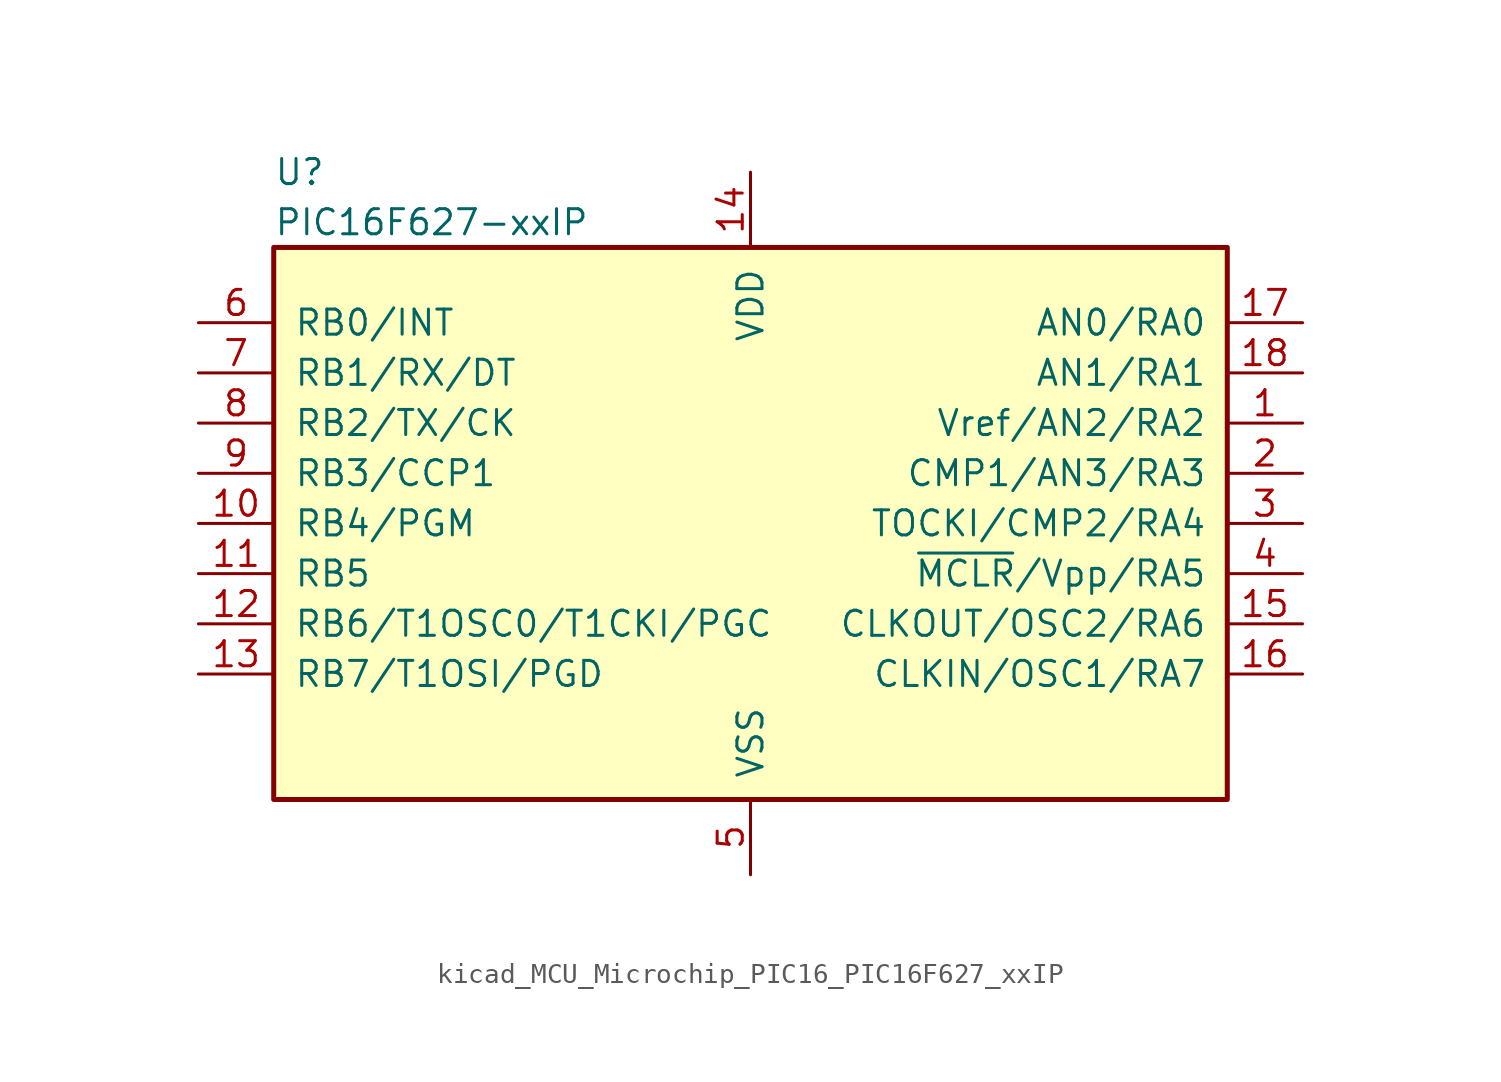
<source format=kicad_sym>
(kicad_symbol_lib
  (version 20220914)
  (generator kicad_symbol_editor)
  (symbol "kicad_MCU_Microchip_PIC16_PIC16F627_xxIP"
    (pin_names
      (offset 1.016))
    (property "Reference" "U"
      (at -24.13 17.78 0)
      (effects (font (size 1.27 1.27)) (justify left)))
    (property "Value" "PIC16F627-xxIP"
      (at -24.13 15.24 0)
      (effects (font (size 1.27 1.27)) (justify left)))
    (symbol "kicad_MCU_Microchip_PIC16_PIC16F627_xxIP_0_1"
      (rectangle (start 24.13 13.97) (end -24.13 -13.97) (stroke (width 0.254) (type default)) (fill (type background))))
    (symbol "kicad_MCU_Microchip_PIC16_PIC16F627_xxIP_1_1"
      (pin bidirectional line (at 27.94 5.08 180) (length 3.81) (name "Vref/AN2/RA2" (effects (font (size 1.27 1.27)))) (number "1" (effects (font (size 1.27 1.27)))))
      (pin bidirectional line (at -27.94 0 0) (length 3.81) (name "RB4/PGM" (effects (font (size 1.27 1.27)))) (number "10" (effects (font (size 1.27 1.27)))))
      (pin bidirectional line (at -27.94 -2.54 0) (length 3.81) (name "RB5" (effects (font (size 1.27 1.27)))) (number "11" (effects (font (size 1.27 1.27)))))
      (pin bidirectional line (at -27.94 -5.08 0) (length 3.81) (name "RB6/T1OSC0/T1CKI/PGC" (effects (font (size 1.27 1.27)))) (number "12" (effects (font (size 1.27 1.27)))))
      (pin bidirectional line (at -27.94 -7.62 0) (length 3.81) (name "RB7/T1OSI/PGD" (effects (font (size 1.27 1.27)))) (number "13" (effects (font (size 1.27 1.27)))))
      (pin power_in line (at 0 17.78 270) (length 3.81) (name "VDD" (effects (font (size 1.27 1.27)))) (number "14" (effects (font (size 1.27 1.27)))))
      (pin bidirectional line (at 27.94 -5.08 180) (length 3.81) (name "CLKOUT/OSC2/RA6" (effects (font (size 1.27 1.27)))) (number "15" (effects (font (size 1.27 1.27)))))
      (pin bidirectional line (at 27.94 -7.62 180) (length 3.81) (name "CLKIN/OSC1/RA7" (effects (font (size 1.27 1.27)))) (number "16" (effects (font (size 1.27 1.27)))))
      (pin bidirectional line (at 27.94 10.16 180) (length 3.81) (name "AN0/RA0" (effects (font (size 1.27 1.27)))) (number "17" (effects (font (size 1.27 1.27)))))
      (pin bidirectional line (at 27.94 7.62 180) (length 3.81) (name "AN1/RA1" (effects (font (size 1.27 1.27)))) (number "18" (effects (font (size 1.27 1.27)))))
      (pin bidirectional line (at 27.94 2.54 180) (length 3.81) (name "CMP1/AN3/RA3" (effects (font (size 1.27 1.27)))) (number "2" (effects (font (size 1.27 1.27)))))
      (pin bidirectional line (at 27.94 0 180) (length 3.81) (name "TOCKI/CMP2/RA4" (effects (font (size 1.27 1.27)))) (number "3" (effects (font (size 1.27 1.27)))))
      (pin input line (at 27.94 -2.54 180) (length 3.81) (name "~{MCLR}/Vpp/RA5" (effects (font (size 1.27 1.27)))) (number "4" (effects (font (size 1.27 1.27)))))
      (pin power_in line (at 0 -17.78 90) (length 3.81) (name "VSS" (effects (font (size 1.27 1.27)))) (number "5" (effects (font (size 1.27 1.27)))))
      (pin bidirectional line (at -27.94 10.16 0) (length 3.81) (name "RB0/INT" (effects (font (size 1.27 1.27)))) (number "6" (effects (font (size 1.27 1.27)))))
      (pin bidirectional line (at -27.94 7.62 0) (length 3.81) (name "RB1/RX/DT" (effects (font (size 1.27 1.27)))) (number "7" (effects (font (size 1.27 1.27)))))
      (pin bidirectional line (at -27.94 5.08 0) (length 3.81) (name "RB2/TX/CK" (effects (font (size 1.27 1.27)))) (number "8" (effects (font (size 1.27 1.27)))))
      (pin bidirectional line (at -27.94 2.54 0) (length 3.81) (name "RB3/CCP1" (effects (font (size 1.27 1.27)))) (number "9" (effects (font (size 1.27 1.27))))))))
</source>
